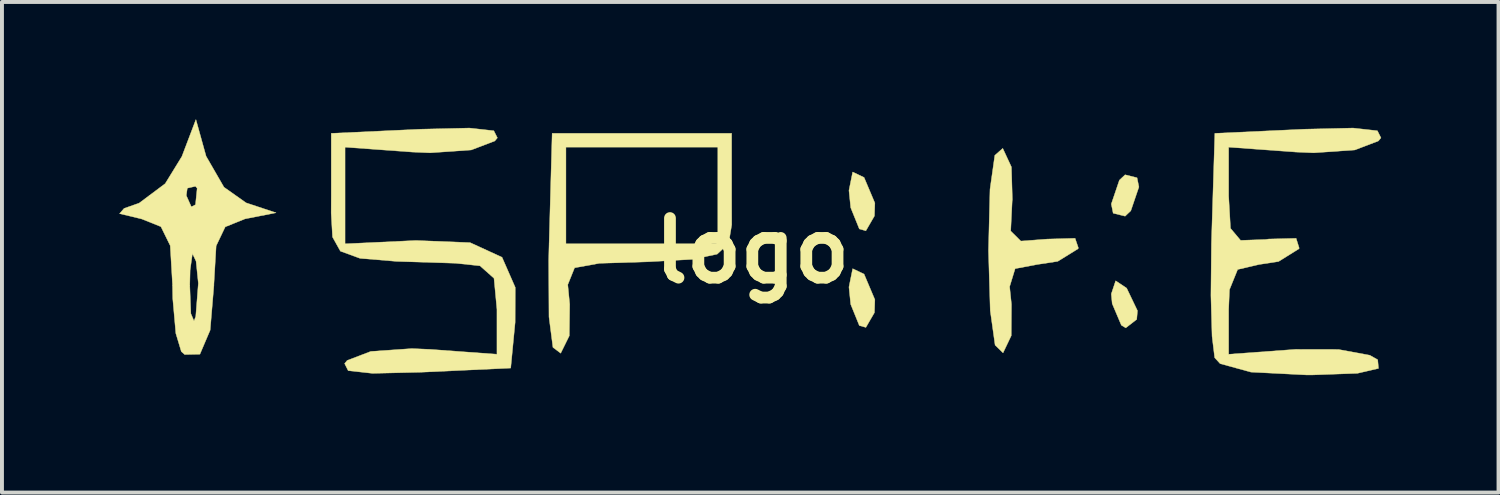
<source format=kicad_pcb>
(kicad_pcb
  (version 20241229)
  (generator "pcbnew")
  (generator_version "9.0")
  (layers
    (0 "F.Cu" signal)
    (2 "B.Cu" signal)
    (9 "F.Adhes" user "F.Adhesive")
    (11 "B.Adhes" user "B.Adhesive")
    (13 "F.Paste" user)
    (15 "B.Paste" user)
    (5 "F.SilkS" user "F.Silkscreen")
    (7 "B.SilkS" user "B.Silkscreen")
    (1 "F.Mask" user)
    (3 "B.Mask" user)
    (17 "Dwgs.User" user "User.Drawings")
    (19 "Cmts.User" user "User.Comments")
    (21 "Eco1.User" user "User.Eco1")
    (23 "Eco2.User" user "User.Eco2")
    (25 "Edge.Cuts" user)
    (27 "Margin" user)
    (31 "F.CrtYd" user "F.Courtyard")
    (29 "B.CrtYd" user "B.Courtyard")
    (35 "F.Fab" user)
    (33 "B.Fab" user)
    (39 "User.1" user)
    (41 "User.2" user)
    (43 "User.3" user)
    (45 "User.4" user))
  (footprint "logo"
    (layer "F.Cu")
    (at 16.174 3.356)
    (property "Reference" "logo" (at 0 0 0) (layer "F.SilkS") (effects (font (size 1.524 1.524) (thickness 0.3))))
    (attr through_hole)
    (fp_poly (pts (xy 2.855 -1.872) (xy 3.131 -1.219) (xy 3.12 -0.888) (xy 2.901 -0.509) (xy 2.734 -0.556) (xy 2.514 -1.099) (xy 2.469 -1.54) (xy 2.564 -2.011) (xy 2.855 -1.872)) (stroke (width 0.01) (type solid)) (fill yes) (layer "F.SilkS"))
    (fp_poly (pts (xy 2.855 0.598) (xy 3.131 1.25) (xy 3.12 1.582) (xy 2.901 1.96) (xy 2.734 1.913) (xy 2.514 1.371) (xy 2.469 0.929) (xy 2.564 0.459) (xy 2.855 0.598)) (stroke (width 0.01) (type solid)) (fill yes) (layer "F.SilkS"))
    (fp_poly (pts (xy 9.565 0.957) (xy 9.841 1.533) (xy 9.822 1.755) (xy 9.542 1.972) (xy 9.429 1.904) (xy 9.195 1.352) (xy 9.172 1.105) (xy 9.284 0.769) (xy 9.565 0.957)) (stroke (width 0.01) (type solid)) (fill yes) (layer "F.SilkS"))
    (fp_poly (pts (xy 9.83 -1.864) (xy 9.878 -1.629) (xy 9.671 -1.02) (xy 9.525 -0.882) (xy 9.22 -0.958) (xy 9.172 -1.193) (xy 9.379 -1.803) (xy 9.525 -1.94) (xy 9.83 -1.864)) (stroke (width 0.01) (type solid)) (fill yes) (layer "F.SilkS"))
    (fp_poly (pts (xy 6.62 -2.14) (xy 6.644 -1.304) (xy 6.639 -1.266) (xy 6.602 -0.503) (xy 6.861 -0.246) (xy 7.538 -0.297) (xy 8.247 -0.317) (xy 8.332 -0.068) (xy 8.32 -0.047) (xy 7.804 0.272) (xy 7.272 0.353) (xy 6.715 0.459) (xy 6.574 0.919) (xy 6.621 1.369) (xy 6.616 2.171) (xy 6.406 2.611) (xy 6.203 2.412) (xy 6.079 1.529) (xy 6.034 -0.004) (xy 6.073 -1.569) (xy 6.196 -2.437) (xy 6.399 -2.615) (xy 6.62 -2.14)) (stroke (width 0.01) (type solid)) (fill yes) (layer "F.SilkS"))
    (fp_poly (pts (xy -0.529 -1.411) (xy -0.527 -0.661) (xy -0.607 -0.184) (xy -0.899 0.088) (xy -1.535 0.221) (xy -2.643 0.282) (xy -3.908 0.322) (xy -4.542 0.437) (xy -4.716 0.868) (xy -4.667 1.369) (xy -4.677 2.174) (xy -4.897 2.62) (xy -5.095 2.47) (xy -5.196 1.691) (xy -5.204 0.251) (xy -5.196 -0.072) (xy -5.125 -2.646) (xy -4.763 -2.646) (xy -4.763 -0.176) (xy -0.882 -0.176) (xy -0.882 -2.646) (xy -4.763 -2.646) (xy -5.125 -2.646) (xy -5.115 -2.999) (xy -0.529 -2.999) (xy -0.529 -1.411)) (stroke (width 0.01) (type solid)) (fill yes) (layer "F.SilkS"))
    (fp_poly (pts (xy -6.606 -3.065) (xy -6.515 -2.884) (xy -6.58 -2.804) (xy -7.183 -2.574) (xy -8.232 -2.501) (xy -8.697 -2.521) (xy -10.407 -2.646) (xy -10.407 -0.176) (xy -8.595 -0.261) (xy -7.211 -0.206) (xy -6.396 0.168) (xy -6.058 0.938) (xy -6.061 1.829) (xy -6.174 2.999) (xy -8.467 3.105) (xy -9.705 3.134) (xy -10.327 3.065) (xy -10.418 2.884) (xy -10.353 2.804) (xy -9.75 2.574) (xy -8.702 2.501) (xy -8.236 2.521) (xy -6.526 2.646) (xy -6.526 1.499) (xy -6.601 0.705) (xy -6.96 0.386) (xy -7.585 0.32) (xy -9.09 0.273) (xy -10.025 0.195) (xy -10.526 0.012) (xy -10.727 -0.349) (xy -10.762 -0.962) (xy -10.76 -1.411) (xy -10.76 -2.999) (xy -8.467 -3.105) (xy -7.228 -3.134) (xy -6.606 -3.065)) (stroke (width 0.01) (type solid)) (fill yes) (layer "F.SilkS"))
    (fp_poly (pts (xy 15.972 -3.065) (xy 16.063 -2.884) (xy 15.997 -2.804) (xy 15.395 -2.574) (xy 14.346 -2.501) (xy 13.881 -2.521) (xy 12.171 -2.646) (xy 12.171 -1.397) (xy 12.218 -0.572) (xy 12.477 -0.264) (xy 13.119 -0.287) (xy 13.191 -0.298) (xy 13.895 -0.316) (xy 13.974 -0.064) (xy 13.964 -0.047) (xy 13.446 0.276) (xy 12.944 0.353) (xy 12.401 0.48) (xy 12.192 0.996) (xy 12.171 1.499) (xy 12.171 2.646) (xy 13.881 2.521) (xy 14.973 2.523) (xy 15.777 2.671) (xy 15.98 2.786) (xy 16 3.008) (xy 15.462 3.133) (xy 14.296 3.175) (xy 14.171 3.175) (xy 12.74 3.102) (xy 11.953 2.886) (xy 11.814 2.734) (xy 11.747 2.184) (xy 11.718 1.142) (xy 11.731 -0.18) (xy 11.736 -0.353) (xy 11.818 -2.999) (xy 14.111 -3.105) (xy 15.35 -3.134) (xy 15.972 -3.065)) (stroke (width 0.01) (type solid)) (fill yes) (layer "F.SilkS"))
    (fp_poly (pts (xy -13.958 -2.415) (xy -13.501 -1.623) (xy -12.935 -1.223) (xy -12.171 -0.969) (xy -12.965 -0.813) (xy -13.469 -0.609) (xy -13.701 -0.123) (xy -13.758 0.852) (xy -13.758 0.886) (xy -13.854 2.03) (xy -14.116 2.645) (xy -14.505 2.653) (xy -14.591 2.577) (xy -14.731 2.113) (xy -14.81 1.22) (xy -14.816 0.882) (xy -14.375 0.882) (xy -14.347 1.608) (xy -14.267 1.795) (xy -14.222 1.68) (xy -14.156 0.833) (xy -14.214 0.269) (xy -14.307 0.073) (xy -14.366 0.497) (xy -14.375 0.882) (xy -14.816 0.882) (xy -14.817 0.848) (xy -14.874 -0.129) (xy -15.112 -0.614) (xy -15.61 -0.813) (xy -16.169 -0.947) (xy -16.053 -1.081) (xy -15.669 -1.216) (xy -15.408 -1.411) (xy -14.464 -1.411) (xy -14.335 -1.121) (xy -14.229 -1.176) (xy -14.186 -1.595) (xy -14.229 -1.646) (xy -14.438 -1.598) (xy -14.464 -1.411) (xy -15.408 -1.411) (xy -15.003 -1.714) (xy -14.577 -2.407) (xy -14.218 -3.351) (xy -13.958 -2.415)) (stroke (width 0.01) (type solid)) (fill yes) (layer "F.SilkS")))
  (gr_rect
    (start -3 -3)
    (end 35.241 9.536)
    (stroke (width 0.1) (type default))
    (fill no)
    (layer "Edge.Cuts")))
</source>
